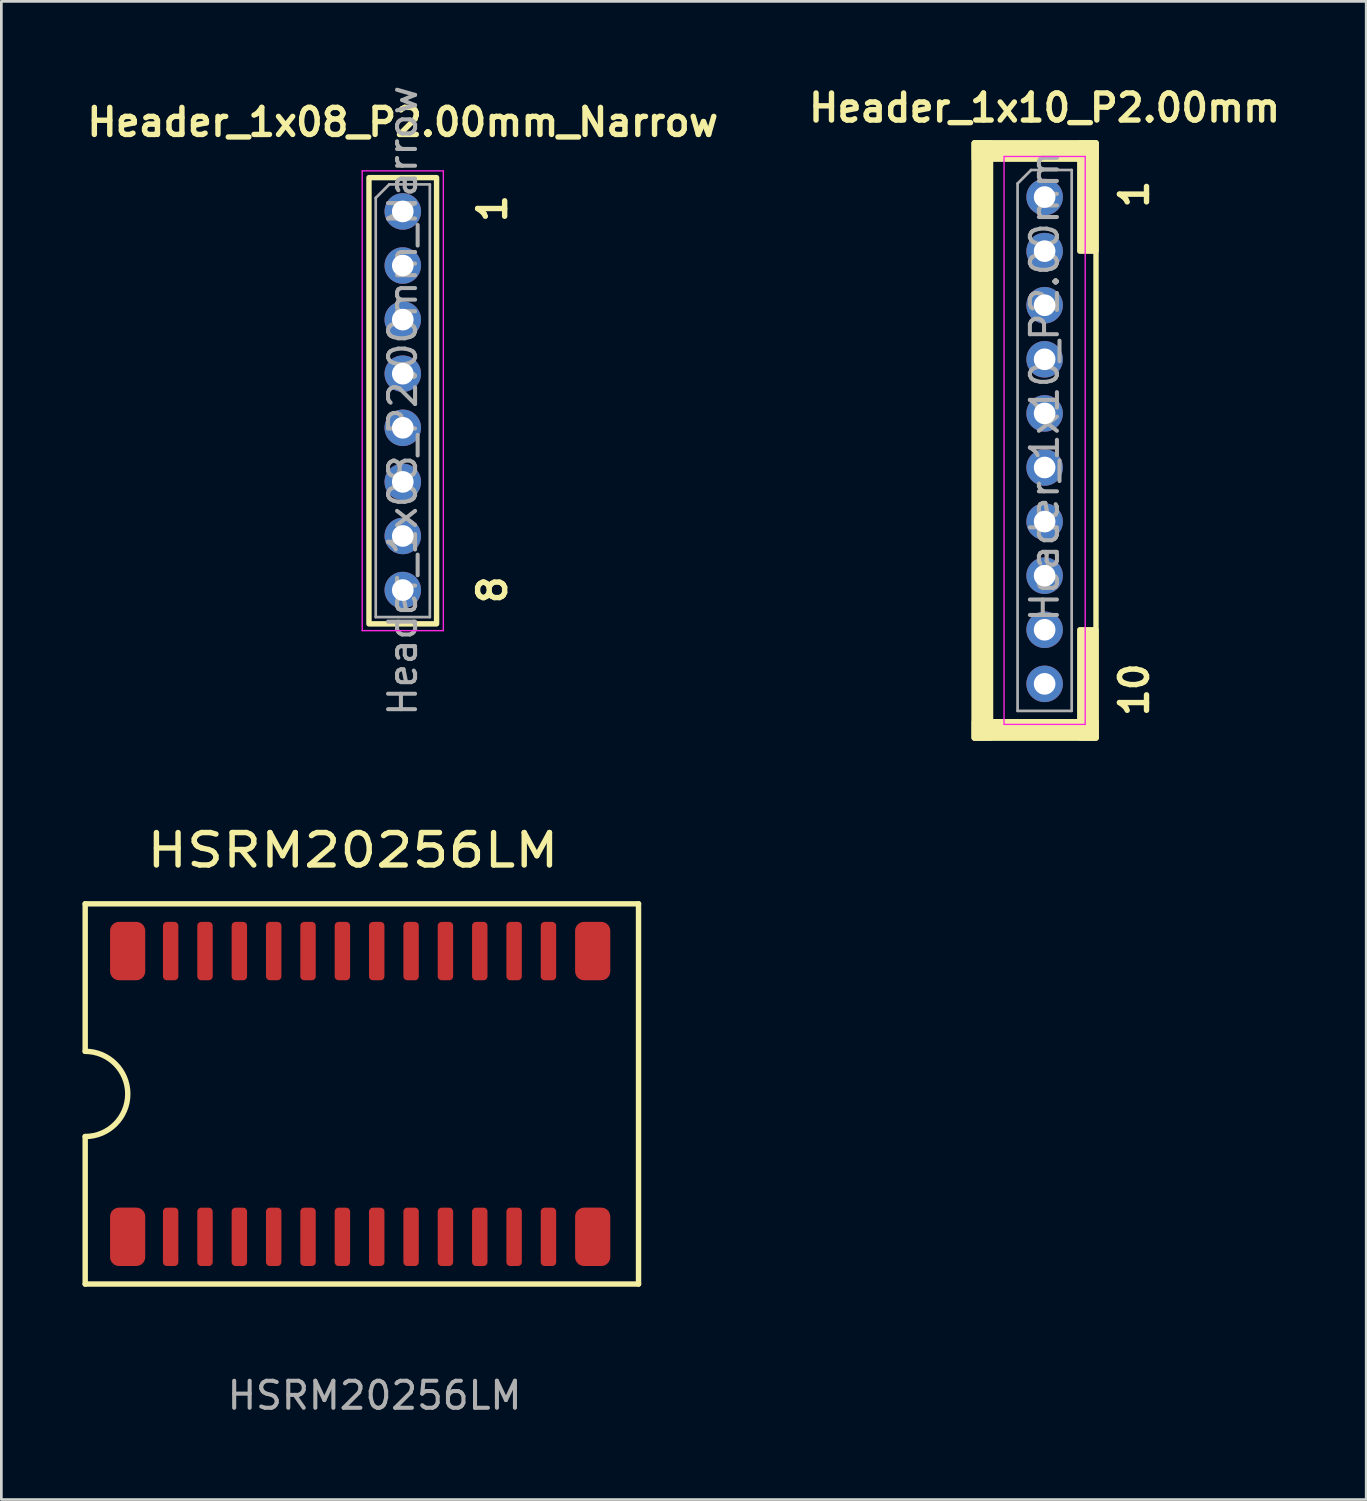
<source format=kicad_pcb>
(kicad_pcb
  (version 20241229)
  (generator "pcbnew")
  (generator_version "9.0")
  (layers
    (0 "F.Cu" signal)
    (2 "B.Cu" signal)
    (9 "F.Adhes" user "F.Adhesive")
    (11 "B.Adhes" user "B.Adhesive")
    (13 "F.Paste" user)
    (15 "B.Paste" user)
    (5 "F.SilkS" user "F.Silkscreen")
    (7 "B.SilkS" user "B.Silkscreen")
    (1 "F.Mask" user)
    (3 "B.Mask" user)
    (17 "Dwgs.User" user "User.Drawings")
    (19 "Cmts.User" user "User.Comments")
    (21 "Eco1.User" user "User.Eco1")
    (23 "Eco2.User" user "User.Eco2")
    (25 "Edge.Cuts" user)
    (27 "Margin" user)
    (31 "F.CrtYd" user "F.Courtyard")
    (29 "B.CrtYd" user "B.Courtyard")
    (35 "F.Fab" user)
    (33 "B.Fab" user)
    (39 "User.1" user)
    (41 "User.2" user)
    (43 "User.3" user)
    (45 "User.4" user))
  (footprint "HSRM20256LM"
    (layer "F.Cu")
    (at 9.95 37.399)
    (property "Reference" "HSRM20256LM" (at 0.05 -9.01 0) (layer "F.SilkS") (effects (font (size 1.2 1.4) (thickness 0.2) (bold yes))))
    (attr smd)
    (fp_line (start -9.85 -7.03) (end -9.85 -1.575) (stroke (width 0.2) (type default)) (layer "F.SilkS"))
    (fp_line (start -9.85 -7.03) (end 10.61 -7.03) (stroke (width 0.2) (type default)) (layer "F.SilkS"))
    (fp_line (start -9.85 1.575) (end -9.85 7.03) (stroke (width 0.2) (type default)) (layer "F.SilkS"))
    (fp_line (start -9.85 7.03) (end 10.61 7.03) (stroke (width 0.2) (type default)) (layer "F.SilkS"))
    (fp_line (start 10.61 -7.03) (end 10.61 7.03) (stroke (width 0.2) (type default)) (layer "F.SilkS"))
    (fp_arc (start -9.85 -1.5748) (mid -8.2752 0) (end -9.85 1.5748) (stroke (width 0.2) (type default)) (layer "F.SilkS"))
    (fp_text user "${REFERENCE}" (at 0.85 11.15 0) (layer "F.Fab") (effects (font (size 1 1) (thickness 0.15))))
    (pad "1" smd roundrect (at -8.28 5.283) (size 1.3 2.158) (layers "F.Cu" "F.Mask" "F.Paste") (roundrect_rratio 0.25))
    (pad "2" smd roundrect (at -6.69 5.284) (size 0.57 2.158) (layers "F.Cu" "F.Mask" "F.Paste") (roundrect_rratio 0.25))
    (pad "3" smd roundrect (at -5.42 5.284) (size 0.57 2.158) (layers "F.Cu" "F.Mask" "F.Paste") (roundrect_rratio 0.25))
    (pad "4" smd roundrect (at -4.15 5.284) (size 0.57 2.158) (layers "F.Cu" "F.Mask" "F.Paste") (roundrect_rratio 0.25))
    (pad "5" smd roundrect (at -2.88 5.284) (size 0.57 2.158) (layers "F.Cu" "F.Mask" "F.Paste") (roundrect_rratio 0.25))
    (pad "6" smd roundrect (at -1.61 5.284) (size 0.57 2.158) (layers "F.Cu" "F.Mask" "F.Paste") (roundrect_rratio 0.25))
    (pad "7" smd roundrect (at -0.34 5.284) (size 0.57 2.158) (layers "F.Cu" "F.Mask" "F.Paste") (roundrect_rratio 0.25))
    (pad "8" smd roundrect (at 0.93 5.284) (size 0.57 2.158) (layers "F.Cu" "F.Mask" "F.Paste") (roundrect_rratio 0.25))
    (pad "9" smd roundrect (at 2.2 5.284) (size 0.57 2.158) (layers "F.Cu" "F.Mask" "F.Paste") (roundrect_rratio 0.25))
    (pad "10" smd roundrect (at 3.47 5.284) (size 0.57 2.158) (layers "F.Cu" "F.Mask" "F.Paste") (roundrect_rratio 0.25))
    (pad "11" smd roundrect (at 4.74 5.284) (size 0.57 2.158) (layers "F.Cu" "F.Mask" "F.Paste") (roundrect_rratio 0.25))
    (pad "12" smd roundrect (at 6.01 5.284) (size 0.57 2.158) (layers "F.Cu" "F.Mask" "F.Paste") (roundrect_rratio 0.25))
    (pad "13" smd roundrect (at 7.28 5.284) (size 0.57 2.158) (layers "F.Cu" "F.Mask" "F.Paste") (roundrect_rratio 0.25))
    (pad "14" smd roundrect (at 8.915 5.283) (size 1.3 2.158) (layers "F.Cu" "F.Mask" "F.Paste") (roundrect_rratio 0.25))
    (pad "15" smd roundrect (at 8.915 -5.283) (size 1.3 2.158) (layers "F.Cu" "F.Mask" "F.Paste") (roundrect_rratio 0.25))
    (pad "16" smd roundrect (at 7.28 -5.282) (size 0.57 2.158) (layers "F.Cu" "F.Mask" "F.Paste") (roundrect_rratio 0.25))
    (pad "17" smd roundrect (at 6.01 -5.282) (size 0.57 2.158) (layers "F.Cu" "F.Mask" "F.Paste") (roundrect_rratio 0.25))
    (pad "18" smd roundrect (at 4.74 -5.282) (size 0.57 2.158) (layers "F.Cu" "F.Mask" "F.Paste") (roundrect_rratio 0.25))
    (pad "19" smd roundrect (at 3.47 -5.282) (size 0.57 2.158) (layers "F.Cu" "F.Mask" "F.Paste") (roundrect_rratio 0.25))
    (pad "20" smd roundrect (at 2.2 -5.282) (size 0.57 2.158) (layers "F.Cu" "F.Mask" "F.Paste") (roundrect_rratio 0.25))
    (pad "21" smd roundrect (at 0.93 -5.282) (size 0.57 2.158) (layers "F.Cu" "F.Mask" "F.Paste") (roundrect_rratio 0.25))
    (pad "22" smd roundrect (at -0.34 -5.282) (size 0.57 2.158) (layers "F.Cu" "F.Mask" "F.Paste") (roundrect_rratio 0.25))
    (pad "23" smd roundrect (at -1.61 -5.282) (size 0.57 2.158) (layers "F.Cu" "F.Mask" "F.Paste") (roundrect_rratio 0.25))
    (pad "24" smd roundrect (at -2.88 -5.282) (size 0.57 2.158) (layers "F.Cu" "F.Mask" "F.Paste") (roundrect_rratio 0.25))
    (pad "25" smd roundrect (at -4.15 -5.282) (size 0.57 2.158) (layers "F.Cu" "F.Mask" "F.Paste") (roundrect_rratio 0.25))
    (pad "26" smd roundrect (at -5.42 -5.282) (size 0.57 2.158) (layers "F.Cu" "F.Mask" "F.Paste") (roundrect_rratio 0.25))
    (pad "27" smd roundrect (at -6.69 -5.282) (size 0.57 2.158) (layers "F.Cu" "F.Mask" "F.Paste") (roundrect_rratio 0.25))
    (pad "28" smd roundrect (at -8.28 -5.283) (size 1.3 2.158) (layers "F.Cu" "F.Mask" "F.Paste") (roundrect_rratio 0.25)))
  (footprint "Header_1x08_P2.00mm_Narrow"
    (layer "F.Cu")
    (at 11.843 4.768)
    (property "Reference" "Header_1x08_P2.00mm_Narrow" (at 0 -3.3 0) (layer "F.SilkS") (effects (font (size 1 1) (thickness 0.2) (bold yes))))
    (attr through_hole)
    (fp_rect (start -1.25 -1.25) (end 1.25 15.25) (stroke (width 0.2) (type default)) (fill no) (layer "F.SilkS"))
    (fp_line (start -1.5 -1.5) (end -1.5 15.5) (stroke (width 0.05) (type solid)) (layer "F.CrtYd"))
    (fp_line (start -1.5 15.5) (end 1.5 15.5) (stroke (width 0.05) (type solid)) (layer "F.CrtYd"))
    (fp_line (start 1.5 -1.5) (end -1.5 -1.5) (stroke (width 0.05) (type solid)) (layer "F.CrtYd"))
    (fp_line (start 1.5 15.5) (end 1.5 -1.5) (stroke (width 0.05) (type solid)) (layer "F.CrtYd"))
    (fp_line (start -1 -0.5) (end -0.5 -1) (stroke (width 0.1) (type solid)) (layer "F.Fab"))
    (fp_line (start -1 15) (end -1 -0.5) (stroke (width 0.1) (type solid)) (layer "F.Fab"))
    (fp_line (start -0.5 -1) (end 1 -1) (stroke (width 0.1) (type solid)) (layer "F.Fab"))
    (fp_line (start 1 -1) (end 1 15) (stroke (width 0.1) (type solid)) (layer "F.Fab"))
    (fp_line (start 1 15) (end -1 15) (stroke (width 0.1) (type solid)) (layer "F.Fab"))
    (fp_text user "1" (at 3.9 0.5 90) (unlocked yes) (layer "F.SilkS") (effects (font (size 1 1) (thickness 0.2) (bold yes)) (justify left bottom)))
    (fp_text user "8" (at 3.9 14.6 90) (unlocked yes) (layer "F.SilkS") (effects (font (size 1 1) (thickness 0.2) (bold yes)) (justify left bottom)))
    (fp_text user "${REFERENCE}" (at 0 7 90) (layer "F.Fab") (effects (font (size 1 1) (thickness 0.15))))
    (pad "1" thru_hole oval (at 0 0) (size 1.35 1.35) (drill 0.8) (layers "*.Cu" "*.Mask"))
    (pad "2" thru_hole oval (at 0 2) (size 1.35 1.35) (drill 0.8) (layers "*.Cu" "*.Mask"))
    (pad "3" thru_hole oval (at 0 4) (size 1.35 1.35) (drill 0.8) (layers "*.Cu" "*.Mask"))
    (pad "4" thru_hole oval (at 0 6) (size 1.35 1.35) (drill 0.8) (layers "*.Cu" "*.Mask"))
    (pad "5" thru_hole oval (at 0 8) (size 1.35 1.35) (drill 0.8) (layers "*.Cu" "*.Mask"))
    (pad "6" thru_hole oval (at 0 10) (size 1.35 1.35) (drill 0.8) (layers "*.Cu" "*.Mask"))
    (pad "7" thru_hole oval (at 0 12) (size 1.35 1.35) (drill 0.8) (layers "*.Cu" "*.Mask"))
    (pad "8" thru_hole oval (at 0 14) (size 1.35 1.35) (drill 0.8) (layers "*.Cu" "*.Mask")))
  (footprint "Header_1x10_P2.00mm"
    (layer "F.Cu")
    (at 35.576 4.236)
    (property "Reference" "Header_1x10_P2.00mm" (at 0 -3.3 0) (layer "F.SilkS") (effects (font (size 1 1) (thickness 0.2) (bold yes))))
    (attr through_hole)
    (fp_rect (start -2.6 -2) (end -2 20) (stroke (width 0.2) (type solid)) (fill yes) (layer "F.SilkS"))
    (fp_rect (start -2.6 -2) (end 1.9 20) (stroke (width 0.2) (type default)) (fill no) (layer "F.SilkS"))
    (fp_rect (start -2.6 -1.4) (end 1.9 -2) (stroke (width 0.2) (type solid)) (fill yes) (layer "F.SilkS"))
    (fp_rect (start -2.6 20) (end 1.9 19.4) (stroke (width 0.2) (type solid)) (fill yes) (layer "F.SilkS"))
    (fp_rect (start 1.3 -2) (end 1.9 2) (stroke (width 0.2) (type solid)) (fill yes) (layer "F.SilkS"))
    (fp_rect (start 1.3 16) (end 1.9 20) (stroke (width 0.2) (type solid)) (fill yes) (layer "F.SilkS"))
    (fp_line (start -1.5 -1.5) (end -1.5 19.5) (stroke (width 0.05) (type solid)) (layer "F.CrtYd"))
    (fp_line (start -1.5 19.5) (end 1.5 19.5) (stroke (width 0.05) (type solid)) (layer "F.CrtYd"))
    (fp_line (start 1.5 -1.5) (end -1.5 -1.5) (stroke (width 0.05) (type solid)) (layer "F.CrtYd"))
    (fp_line (start 1.5 19.5) (end 1.5 -1.5) (stroke (width 0.05) (type solid)) (layer "F.CrtYd"))
    (fp_line (start -1 -0.5) (end -0.5 -1) (stroke (width 0.1) (type solid)) (layer "F.Fab"))
    (fp_line (start -1 19) (end -1 -0.5) (stroke (width 0.1) (type solid)) (layer "F.Fab"))
    (fp_line (start -0.5 -1) (end 1 -1) (stroke (width 0.1) (type solid)) (layer "F.Fab"))
    (fp_line (start 1 -1) (end 1 19) (stroke (width 0.1) (type solid)) (layer "F.Fab"))
    (fp_line (start 1 19) (end -1 19) (stroke (width 0.1) (type solid)) (layer "F.Fab"))
    (fp_text user "10" (at 3.9 19.3 90) (unlocked yes) (layer "F.SilkS") (effects (font (size 1 1) (thickness 0.2) (bold yes)) (justify left bottom)))
    (fp_text user "1" (at 3.9 0.5 90) (unlocked yes) (layer "F.SilkS") (effects (font (size 1 1) (thickness 0.2) (bold yes)) (justify left bottom)))
    (fp_text user "${REFERENCE}" (at 0 7 90) (layer "F.Fab") (effects (font (size 1 1) (thickness 0.15))))
    (pad "1" thru_hole oval (at 0 0) (size 1.35 1.35) (drill 0.8) (layers "*.Cu" "*.Mask"))
    (pad "2" thru_hole oval (at 0 2) (size 1.35 1.35) (drill 0.8) (layers "*.Cu" "*.Mask"))
    (pad "3" thru_hole oval (at 0 4) (size 1.35 1.35) (drill 0.8) (layers "*.Cu" "*.Mask"))
    (pad "4" thru_hole oval (at 0 6) (size 1.35 1.35) (drill 0.8) (layers "*.Cu" "*.Mask"))
    (pad "5" thru_hole oval (at 0 8) (size 1.35 1.35) (drill 0.8) (layers "*.Cu" "*.Mask"))
    (pad "6" thru_hole oval (at 0 10) (size 1.35 1.35) (drill 0.8) (layers "*.Cu" "*.Mask"))
    (pad "7" thru_hole oval (at 0 12) (size 1.35 1.35) (drill 0.8) (layers "*.Cu" "*.Mask"))
    (pad "8" thru_hole oval (at 0 14) (size 1.35 1.35) (drill 0.8) (layers "*.Cu" "*.Mask"))
    (pad "9" thru_hole oval (at 0 16) (size 1.35 1.35) (drill 0.8) (layers "*.Cu" "*.Mask"))
    (pad "10" thru_hole oval (at 0 18) (size 1.35 1.35) (drill 0.8) (layers "*.Cu" "*.Mask")))
  (gr_rect
    (start -3 -3)
    (end 47.467 52.397)
    (stroke (width 0.1) (type default))
    (fill no)
    (layer "Edge.Cuts")))
</source>
